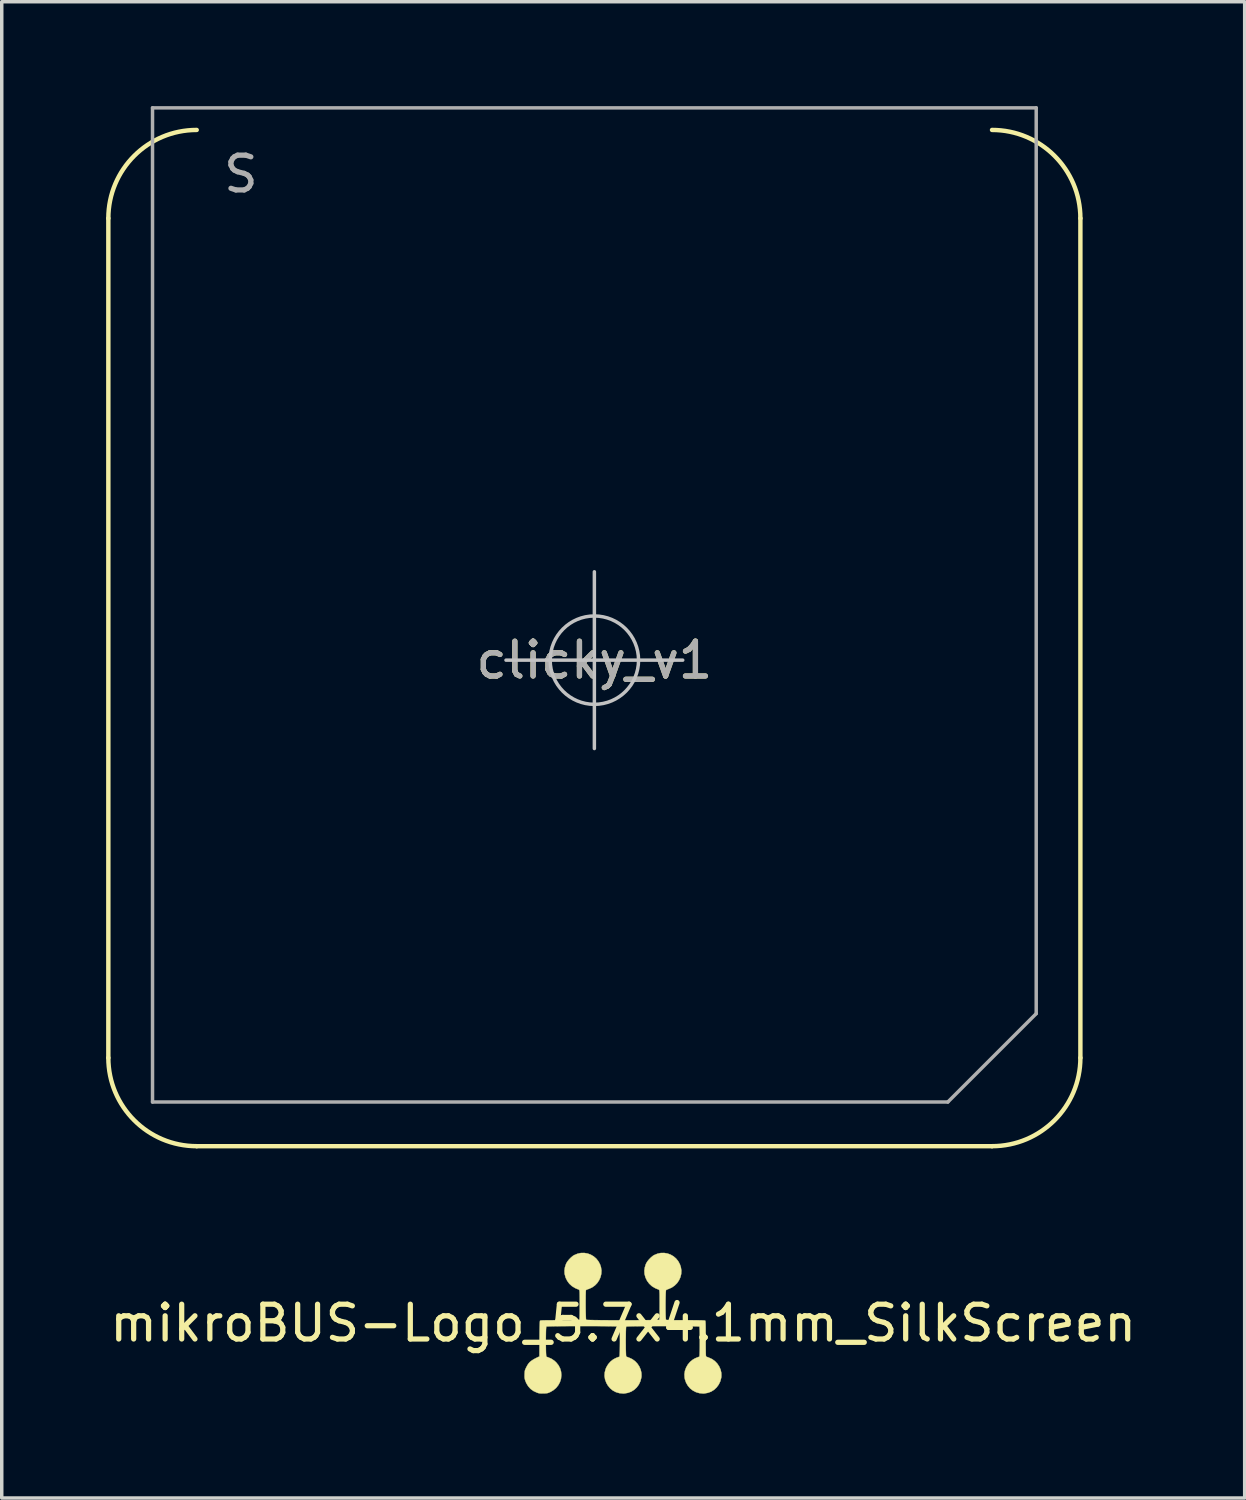
<source format=kicad_pcb>
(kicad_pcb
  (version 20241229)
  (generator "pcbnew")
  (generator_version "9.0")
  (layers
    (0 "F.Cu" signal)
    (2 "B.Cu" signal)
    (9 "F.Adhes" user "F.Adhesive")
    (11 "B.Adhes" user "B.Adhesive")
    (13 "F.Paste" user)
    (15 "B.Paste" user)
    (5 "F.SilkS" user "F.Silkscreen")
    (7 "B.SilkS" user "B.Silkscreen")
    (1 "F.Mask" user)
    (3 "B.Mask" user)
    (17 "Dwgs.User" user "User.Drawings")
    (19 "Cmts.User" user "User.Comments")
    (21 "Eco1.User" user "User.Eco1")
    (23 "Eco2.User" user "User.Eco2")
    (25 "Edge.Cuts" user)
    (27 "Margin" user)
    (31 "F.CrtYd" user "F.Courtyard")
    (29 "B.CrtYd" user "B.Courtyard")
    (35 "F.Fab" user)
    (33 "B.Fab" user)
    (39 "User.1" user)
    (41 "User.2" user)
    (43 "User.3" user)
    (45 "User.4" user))
  (footprint "clicky_v1"
    (layer "F.Cu")
    (at 14.034 15.925)
    (property "Reference" "clicky_v1" (at 0 0 0) (unlocked yes) (layer "F.SilkS") (effects (font (size 1 1) (thickness 0.15))))
    (attr through_hole)
    (fp_line (start -13.97 -12.7) (end -13.97 11.43) (stroke (width 0.127) (type solid)) (layer "F.SilkS"))
    (fp_line (start -11.43 13.97) (end 11.43 13.97) (stroke (width 0.127) (type solid)) (layer "F.SilkS"))
    (fp_line (start 13.97 -12.7) (end 13.97 11.43) (stroke (width 0.127) (type solid)) (layer "F.SilkS"))
    (fp_arc (start -13.97 -12.7) (mid -13.226051 -14.496051) (end -11.43 -15.24) (stroke (width 0.127) (type solid)) (layer "F.SilkS"))
    (fp_arc (start -11.43 13.97) (mid -13.226051 13.226051) (end -13.97 11.43) (stroke (width 0.127) (type solid)) (layer "F.SilkS"))
    (fp_arc (start 11.43 -15.24) (mid 13.226051 -14.496051) (end 13.97 -12.7) (stroke (width 0.127) (type solid)) (layer "F.SilkS"))
    (fp_arc (start 13.97 11.43) (mid 13.226051 13.226051) (end 11.43 13.97) (stroke (width 0.127) (type solid)) (layer "F.SilkS"))
    (fp_line (start -2.54 0) (end 2.54 0) (stroke (width 0.1) (type solid)) (layer "Dwgs.User"))
    (fp_line (start 0 -2.54) (end 0 2.54) (stroke (width 0.1) (type solid)) (layer "Dwgs.User"))
    (fp_circle (center 0 0) (end 1.27 0) (stroke (width 0.1) (type solid)) (fill no) (layer "Dwgs.User"))
    (fp_line (start -12.7 -15.875) (end 12.7 -15.875) (stroke (width 0.1) (type solid)) (layer "F.Fab"))
    (fp_line (start -12.7 12.7) (end -12.7 -15.875) (stroke (width 0.1) (type solid)) (layer "F.Fab"))
    (fp_line (start 10.16 12.7) (end -12.7 12.7) (stroke (width 0.1) (type solid)) (layer "F.Fab"))
    (fp_line (start 12.7 -15.875) (end 12.7 10.16) (stroke (width 0.1) (type solid)) (layer "F.Fab"))
    (fp_line (start 12.7 10.16) (end 10.16 12.7) (stroke (width 0.1) (type solid)) (layer "F.Fab"))
    (fp_text user "S" (at -10.16 -13.97 0) (layer "F.Fab") (effects (font (size 1 1) (thickness 0.15))))
    (fp_text user "${REFERENCE}" (at 0 0 0) (unlocked yes) (layer "F.Fab") (effects (font (size 1 1) (thickness 0.15)))))
  (footprint "mikroBUS-Logo_5.7x4.1mm_SilkScreen"
    (layer "F.Cu")
    (at 14.863 34.982)
    (property "Reference" "mikroBUS-Logo_5.7x4.1mm_SilkScreen" (at 0 0 0) (layer "F.SilkS") (effects (font (size 1 1) (thickness 0.15))))
    (attr through_hole)
    (fp_poly (pts (xy 1.274 -2.002) (xy 1.364 -1.969) (xy 1.447 -1.92) (xy 1.52 -1.857) (xy 1.582 -1.78) (xy 1.63 -1.69) (xy 1.656 -1.612) (xy 1.672 -1.514) (xy 1.667 -1.416) (xy 1.644 -1.322) (xy 1.604 -1.233) (xy 1.549 -1.152) (xy 1.479 -1.082) (xy 1.396 -1.024) (xy 1.305 -0.984) (xy 1.27 -0.971) (xy 1.243 -0.958) (xy 1.231 -0.951) (xy 1.228 -0.938) (xy 1.225 -0.906) (xy 1.222 -0.859) (xy 1.22 -0.799) (xy 1.218 -0.729) (xy 1.217 -0.652) (xy 1.216 -0.57) (xy 1.216 -0.487) (xy 1.216 -0.405) (xy 1.217 -0.328) (xy 1.218 -0.257) (xy 1.22 -0.195) (xy 1.223 -0.147) (xy 1.226 -0.113) (xy 1.229 -0.098) (xy 1.23 -0.097) (xy 1.238 -0.094) (xy 1.258 -0.092) (xy 1.29 -0.09) (xy 1.336 -0.088) (xy 1.398 -0.087) (xy 1.475 -0.086) (xy 1.57 -0.085) (xy 1.684 -0.085) (xy 1.794 -0.085) (xy 1.924 -0.085) (xy 2.035 -0.084) (xy 2.127 -0.083) (xy 2.202 -0.082) (xy 2.26 -0.081) (xy 2.304 -0.079) (xy 2.334 -0.077) (xy 2.352 -0.074) (xy 2.358 -0.072) (xy 2.361 -0.063) (xy 2.364 -0.043) (xy 2.366 -0.01) (xy 2.368 0.037) (xy 2.369 0.1) (xy 2.37 0.179) (xy 2.37 0.276) (xy 2.371 0.393) (xy 2.371 0.446) (xy 2.371 0.568) (xy 2.371 0.671) (xy 2.372 0.755) (xy 2.373 0.823) (xy 2.374 0.875) (xy 2.376 0.913) (xy 2.378 0.939) (xy 2.381 0.954) (xy 2.384 0.959) (xy 2.4 0.967) (xy 2.43 0.979) (xy 2.465 0.992) (xy 2.557 1.034) (xy 2.637 1.092) (xy 2.705 1.163) (xy 2.759 1.245) (xy 2.798 1.334) (xy 2.82 1.429) (xy 2.822 1.526) (xy 2.817 1.569) (xy 2.79 1.672) (xy 2.745 1.765) (xy 2.685 1.846) (xy 2.613 1.914) (xy 2.528 1.967) (xy 2.434 2.002) (xy 2.332 2.02) (xy 2.291 2.021) (xy 2.188 2.011) (xy 2.091 1.982) (xy 2.002 1.936) (xy 1.924 1.875) (xy 1.859 1.799) (xy 1.808 1.712) (xy 1.774 1.614) (xy 1.765 1.567) (xy 1.76 1.468) (xy 1.774 1.37) (xy 1.808 1.276) (xy 1.858 1.189) (xy 1.924 1.111) (xy 2 1.049) (xy 2.042 1.024) (xy 2.087 1.002) (xy 2.119 0.989) (xy 2.153 0.977) (xy 2.179 0.966) (xy 2.188 0.96) (xy 2.192 0.947) (xy 2.195 0.916) (xy 2.197 0.869) (xy 2.199 0.809) (xy 2.201 0.739) (xy 2.202 0.662) (xy 2.202 0.58) (xy 2.202 0.497) (xy 2.202 0.415) (xy 2.201 0.336) (xy 2.2 0.264) (xy 2.198 0.202) (xy 2.196 0.151) (xy 2.193 0.116) (xy 2.189 0.099) (xy 2.189 0.097) (xy 2.176 0.095) (xy 2.144 0.093) (xy 2.094 0.091) (xy 2.029 0.09) (xy 1.949 0.088) (xy 1.857 0.087) (xy 1.754 0.086) (xy 1.643 0.085) (xy 1.524 0.084) (xy 1.4 0.084) (xy 1.273 0.084) (xy 1.143 0.084) (xy 1.014 0.084) (xy 0.886 0.084) (xy 0.762 0.084) (xy 0.642 0.085) (xy 0.53 0.086) (xy 0.427 0.087) (xy 0.334 0.088) (xy 0.253 0.09) (xy 0.186 0.091) (xy 0.135 0.093) (xy 0.101 0.095) (xy 0.087 0.097) (xy 0.087 0.097) (xy 0.083 0.111) (xy 0.08 0.143) (xy 0.078 0.19) (xy 0.076 0.25) (xy 0.075 0.32) (xy 0.074 0.398) (xy 0.073 0.479) (xy 0.073 0.562) (xy 0.074 0.644) (xy 0.074 0.723) (xy 0.076 0.794) (xy 0.078 0.856) (xy 0.08 0.906) (xy 0.083 0.941) (xy 0.086 0.958) (xy 0.087 0.959) (xy 0.104 0.967) (xy 0.133 0.979) (xy 0.169 0.992) (xy 0.26 1.034) (xy 0.34 1.092) (xy 0.408 1.163) (xy 0.462 1.245) (xy 0.501 1.334) (xy 0.523 1.428) (xy 0.526 1.525) (xy 0.52 1.569) (xy 0.493 1.672) (xy 0.449 1.765) (xy 0.389 1.846) (xy 0.316 1.914) (xy 0.231 1.967) (xy 0.137 2.002) (xy 0.036 2.02) (xy -0.005 2.021) (xy -0.111 2.011) (xy -0.21 1.982) (xy -0.299 1.935) (xy -0.377 1.87) (xy -0.443 1.789) (xy -0.484 1.718) (xy -0.521 1.618) (xy -0.537 1.517) (xy -0.531 1.417) (xy -0.505 1.317) (xy -0.484 1.267) (xy -0.431 1.179) (xy -0.364 1.103) (xy -0.286 1.041) (xy -0.199 0.997) (xy -0.177 0.989) (xy -0.143 0.977) (xy -0.117 0.966) (xy -0.108 0.96) (xy -0.105 0.947) (xy -0.102 0.916) (xy -0.1 0.869) (xy -0.097 0.809) (xy -0.096 0.739) (xy -0.095 0.662) (xy -0.094 0.58) (xy -0.094 0.497) (xy -0.095 0.415) (xy -0.095 0.336) (xy -0.097 0.264) (xy -0.099 0.202) (xy -0.101 0.151) (xy -0.104 0.116) (xy -0.107 0.099) (xy -0.108 0.097) (xy -0.121 0.095) (xy -0.153 0.093) (xy -0.202 0.091) (xy -0.268 0.09) (xy -0.347 0.088) (xy -0.439 0.087) (xy -0.542 0.086) (xy -0.654 0.085) (xy -0.772 0.084) (xy -0.896 0.084) (xy -1.024 0.084) (xy -1.153 0.084) (xy -1.283 0.084) (xy -1.411 0.084) (xy -1.535 0.084) (xy -1.654 0.085) (xy -1.766 0.086) (xy -1.87 0.087) (xy -1.963 0.088) (xy -2.044 0.09) (xy -2.111 0.091) (xy -2.162 0.093) (xy -2.195 0.095) (xy -2.21 0.097) (xy -2.21 0.097) (xy -2.213 0.111) (xy -2.216 0.143) (xy -2.219 0.191) (xy -2.221 0.251) (xy -2.222 0.321) (xy -2.223 0.399) (xy -2.224 0.48) (xy -2.224 0.564) (xy -2.223 0.646) (xy -2.222 0.724) (xy -2.221 0.796) (xy -2.219 0.858) (xy -2.216 0.908) (xy -2.213 0.943) (xy -2.21 0.959) (xy -2.209 0.96) (xy -2.191 0.97) (xy -2.162 0.981) (xy -2.154 0.984) (xy -2.065 1.022) (xy -1.982 1.077) (xy -1.928 1.126) (xy -1.861 1.209) (xy -1.814 1.299) (xy -1.786 1.396) (xy -1.778 1.492) (xy -1.788 1.596) (xy -1.818 1.693) (xy -1.866 1.782) (xy -1.93 1.862) (xy -2.01 1.929) (xy -2.092 1.977) (xy -2.13 1.994) (xy -2.161 2.006) (xy -2.191 2.013) (xy -2.227 2.017) (xy -2.276 2.019) (xy -2.291 2.019) (xy -2.347 2.02) (xy -2.388 2.018) (xy -2.422 2.014) (xy -2.454 2.005) (xy -2.477 1.997) (xy -2.577 1.951) (xy -2.662 1.89) (xy -2.731 1.813) (xy -2.786 1.723) (xy -2.815 1.651) (xy -2.826 1.614) (xy -2.833 1.579) (xy -2.836 1.54) (xy -2.835 1.489) (xy -2.835 1.47) (xy -2.832 1.418) (xy -2.829 1.381) (xy -2.822 1.35) (xy -2.81 1.319) (xy -2.792 1.28) (xy -2.786 1.268) (xy -2.754 1.208) (xy -2.72 1.158) (xy -2.681 1.115) (xy -2.633 1.077) (xy -2.574 1.039) (xy -2.5 1) (xy -2.434 0.969) (xy -2.408 0.957) (xy -2.405 0.45) (xy -2.404 0.318) (xy -2.403 0.207) (xy -2.401 0.115) (xy -2.399 0.042) (xy -2.397 -0.012) (xy -2.395 -0.048) (xy -2.392 -0.067) (xy -2.39 -0.07) (xy -2.384 -0.074) (xy -2.371 -0.076) (xy -2.348 -0.079) (xy -2.315 -0.081) (xy -2.27 -0.082) (xy -2.211 -0.083) (xy -2.137 -0.084) (xy -2.046 -0.084) (xy -1.936 -0.085) (xy -1.826 -0.085) (xy -1.696 -0.085) (xy -1.585 -0.085) (xy -1.493 -0.086) (xy -1.418 -0.087) (xy -1.36 -0.088) (xy -1.316 -0.09) (xy -1.286 -0.092) (xy -1.268 -0.095) (xy -1.262 -0.097) (xy -1.258 -0.107) (xy -1.255 -0.128) (xy -1.253 -0.163) (xy -1.251 -0.213) (xy -1.25 -0.278) (xy -1.249 -0.362) (xy -1.249 -0.465) (xy -1.249 -0.525) (xy -1.249 -0.631) (xy -1.249 -0.718) (xy -1.25 -0.788) (xy -1.251 -0.842) (xy -1.252 -0.884) (xy -1.254 -0.914) (xy -1.257 -0.934) (xy -1.26 -0.947) (xy -1.264 -0.955) (xy -1.265 -0.957) (xy -1.284 -0.97) (xy -1.295 -0.974) (xy -1.31 -0.978) (xy -1.338 -0.99) (xy -1.375 -1.006) (xy -1.385 -1.011) (xy -1.472 -1.064) (xy -1.548 -1.133) (xy -1.609 -1.216) (xy -1.655 -1.308) (xy -1.682 -1.409) (xy -1.684 -1.418) (xy -1.688 -1.508) (xy -1.676 -1.602) (xy -1.647 -1.693) (xy -1.634 -1.723) (xy -1.601 -1.776) (xy -1.556 -1.832) (xy -1.503 -1.886) (xy -1.449 -1.931) (xy -1.409 -1.956) (xy -1.313 -1.996) (xy -1.215 -2.017) (xy -1.118 -2.018) (xy -1.023 -2.002) (xy -0.933 -1.969) (xy -0.85 -1.92) (xy -0.776 -1.857) (xy -0.715 -1.78) (xy -0.666 -1.69) (xy -0.64 -1.612) (xy -0.625 -1.515) (xy -0.63 -1.417) (xy -0.653 -1.323) (xy -0.692 -1.235) (xy -0.746 -1.154) (xy -0.814 -1.084) (xy -0.895 -1.027) (xy -0.985 -0.986) (xy -1.005 -0.98) (xy -1.038 -0.968) (xy -1.062 -0.957) (xy -1.071 -0.95) (xy -1.073 -0.935) (xy -1.076 -0.903) (xy -1.077 -0.854) (xy -1.079 -0.794) (xy -1.079 -0.723) (xy -1.08 -0.646) (xy -1.08 -0.565) (xy -1.08 -0.482) (xy -1.079 -0.4) (xy -1.078 -0.323) (xy -1.076 -0.253) (xy -1.074 -0.192) (xy -1.072 -0.144) (xy -1.07 -0.112) (xy -1.067 -0.098) (xy -1.067 -0.097) (xy -1.054 -0.095) (xy -1.022 -0.093) (xy -0.973 -0.091) (xy -0.907 -0.09) (xy -0.827 -0.088) (xy -0.735 -0.087) (xy -0.633 -0.086) (xy -0.521 -0.085) (xy -0.402 -0.084) (xy -0.278 -0.084) (xy -0.151 -0.084) (xy -0.021 -0.084) (xy 0.108 -0.084) (xy 0.236 -0.084) (xy 0.36 -0.084) (xy 0.479 -0.085) (xy 0.592 -0.086) (xy 0.695 -0.087) (xy 0.788 -0.088) (xy 0.869 -0.09) (xy 0.936 -0.091) (xy 0.987 -0.093) (xy 1.02 -0.095) (xy 1.035 -0.097) (xy 1.035 -0.097) (xy 1.038 -0.107) (xy 1.041 -0.128) (xy 1.044 -0.163) (xy 1.045 -0.213) (xy 1.047 -0.278) (xy 1.047 -0.362) (xy 1.048 -0.465) (xy 1.048 -0.525) (xy 1.048 -0.631) (xy 1.047 -0.718) (xy 1.047 -0.788) (xy 1.046 -0.842) (xy 1.044 -0.884) (xy 1.042 -0.914) (xy 1.04 -0.934) (xy 1.037 -0.947) (xy 1.033 -0.955) (xy 1.031 -0.957) (xy 1.012 -0.97) (xy 1.002 -0.974) (xy 0.987 -0.978) (xy 0.958 -0.99) (xy 0.922 -1.006) (xy 0.911 -1.011) (xy 0.824 -1.064) (xy 0.749 -1.133) (xy 0.687 -1.216) (xy 0.642 -1.308) (xy 0.614 -1.409) (xy 0.613 -1.418) (xy 0.608 -1.508) (xy 0.621 -1.602) (xy 0.649 -1.693) (xy 0.663 -1.723) (xy 0.695 -1.776) (xy 0.741 -1.832) (xy 0.794 -1.886) (xy 0.848 -1.931) (xy 0.887 -1.956) (xy 0.983 -1.996) (xy 1.081 -2.017) (xy 1.179 -2.018) (xy 1.274 -2.002)) (stroke (width 0.01) (type solid)) (fill yes) (layer "F.SilkS")))
  (gr_rect
    (start -3 -3)
    (end 32.726 40.008)
    (stroke (width 0.1) (type default))
    (fill no)
    (layer "Edge.Cuts")))
</source>
